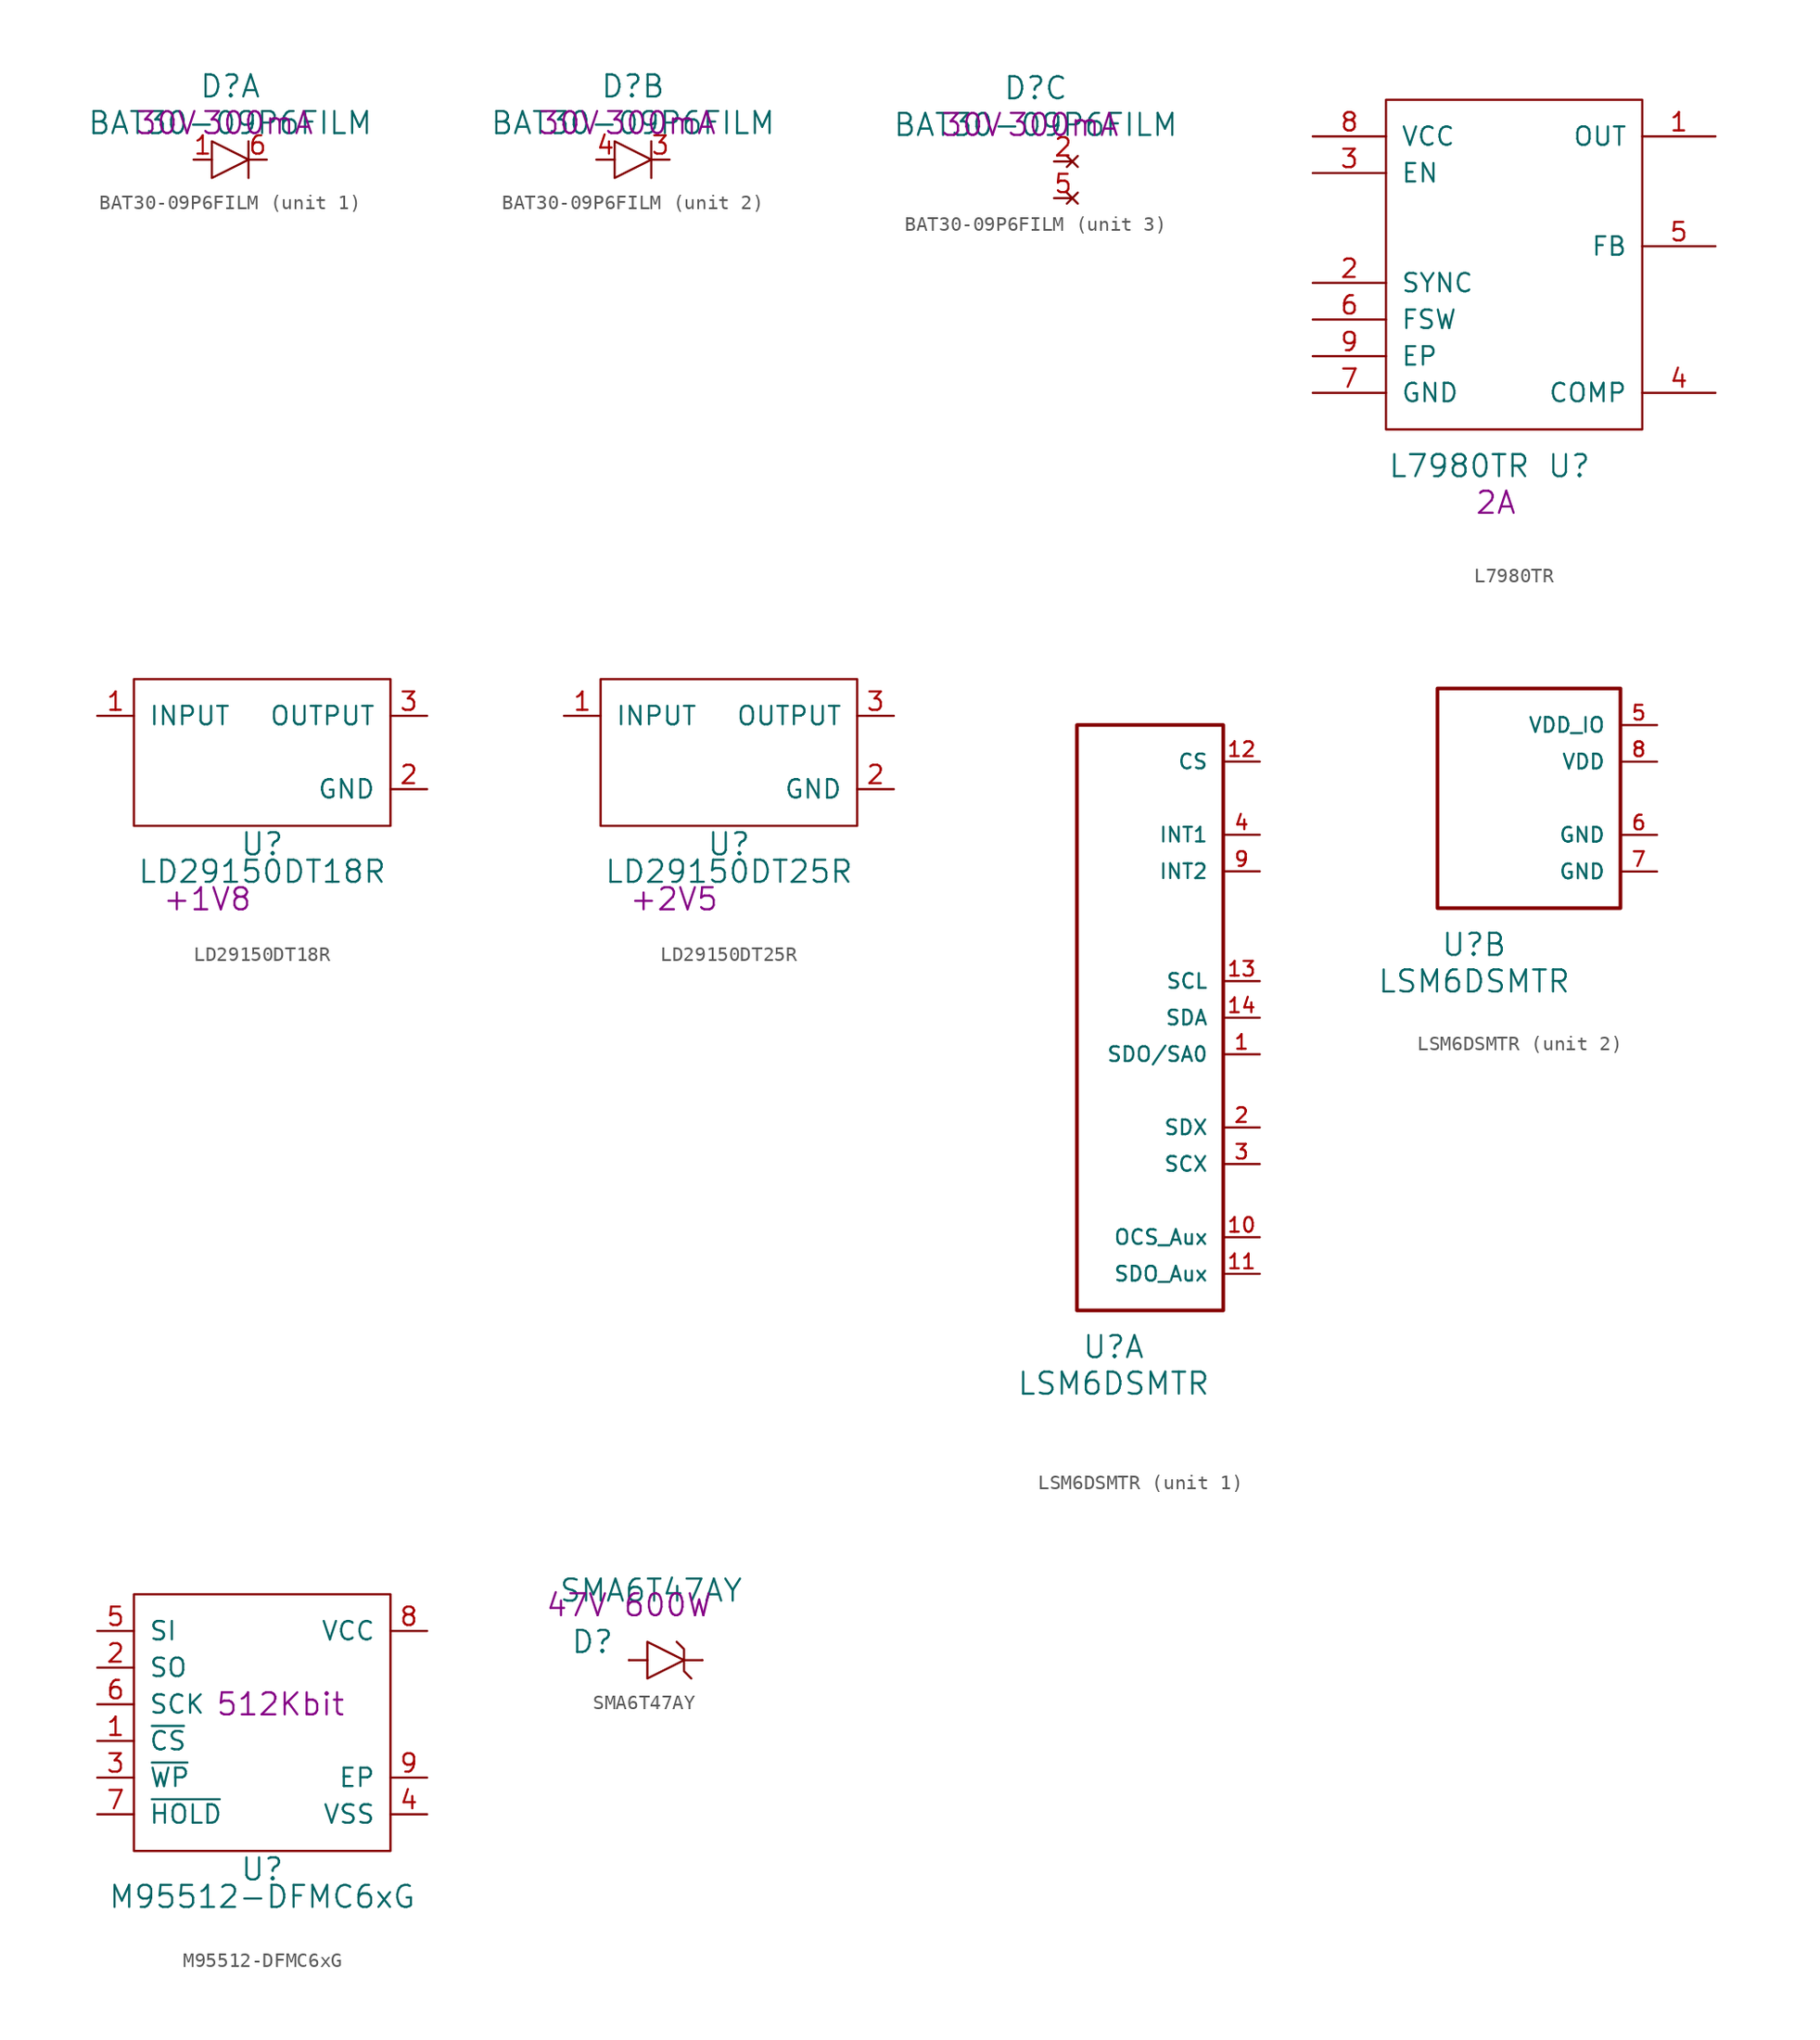
<source format=kicad_sym>
(kicad_symbol_lib
  (version 20220914)
  (generator kicad_symbol_editor)
  (symbol "BAT30-09P6FILM"
    (pin_names
      (offset 1.016) hide)
    (property "Reference" "D"
      (at 0 5.08 0)
      (effects (font (size 1.524 1.524))))
    (property "Value" "BAT30-09P6FILM"
      (at 0 2.54 0)
      (effects (font (size 1.524 1.524))))
    (property "Voltage" "30V"
      (at -4.445 2.54 0)
      (effects (font (size 1.524 1.524))))
    (property "Amps" "300mA"
      (at 1.905 2.54 0)
      (effects (font (size 1.524 1.524))))
    (property "ki_locked" ""
      (at 0 0 0)
      (effects (font (size 1.27 1.27))))
    (symbol "BAT30-09P6FILM_1_1"
      (polyline (pts (xy 1.27 1.27) (xy 1.27 -1.27)) (stroke (width 0) (type solid)) (fill (type none)))
      (polyline (pts (xy -1.27 1.27) (xy -1.27 -1.27) (xy 1.27 0) (xy -1.27 1.27)) (stroke (width 0) (type solid)) (fill (type none)))
      (pin passive line (at -2.54 0 0) (length 1.27) (name "A" (effects (font (size 1.27 1.27)))) (number "1" (effects (font (size 1.27 1.27)))))
      (pin passive line (at 2.54 0 180) (length 1.27) (name "K" (effects (font (size 1.27 1.27)))) (number "6" (effects (font (size 1.27 1.27))))))
    (symbol "BAT30-09P6FILM_2_1"
      (polyline (pts (xy 1.27 1.27) (xy 1.27 -1.27)) (stroke (width 0) (type solid)) (fill (type none)))
      (polyline (pts (xy -1.27 1.27) (xy -1.27 -1.27) (xy 1.27 0) (xy -1.27 1.27)) (stroke (width 0) (type solid)) (fill (type none)))
      (pin passive line (at 2.54 0 180) (length 1.27) (name "K" (effects (font (size 1.27 1.27)))) (number "3" (effects (font (size 1.27 1.27)))))
      (pin passive line (at -2.54 0 0) (length 1.27) (name "A" (effects (font (size 1.27 1.27)))) (number "4" (effects (font (size 1.27 1.27))))))
    (symbol "BAT30-09P6FILM_3_1"
      (pin no_connect line (at 2.54 0 180) (length 1.27) (name "NC" (effects (font (size 1.27 1.27)))) (number "2" (effects (font (size 1.27 1.27)))))
      (pin no_connect line (at 2.54 -2.54 180) (length 1.27) (name "NC" (effects (font (size 1.27 1.27)))) (number "5" (effects (font (size 1.27 1.27)))))))
  (symbol "L7980TR"
    (pin_names
      (offset 1.016))
    (property "Reference" "U"
      (at 12.7 -2.54 0)
      (effects (font (size 1.524 1.524))))
    (property "Value" "L7980TR"
      (at 5.08 -2.54 0)
      (effects (font (size 1.524 1.524))))
    (property "Rating" "2A"
      (at 7.62 -5.08 0)
      (effects (font (size 1.524 1.524))))
    (symbol "L7980TR_0_1"
      (rectangle (start 0 22.86) (end 17.78 0) (stroke (width 0) (type solid)) (fill (type none))))
    (symbol "L7980TR_1_1"
      (pin power_out line (at 22.86 20.32 180) (length 5.08) (name "OUT" (effects (font (size 1.27 1.27)))) (number "1" (effects (font (size 1.27 1.27)))))
      (pin bidirectional line (at -5.08 10.16 0) (length 5.08) (name "SYNC" (effects (font (size 1.27 1.27)))) (number "2" (effects (font (size 1.27 1.27)))))
      (pin input line (at -5.08 17.78 0) (length 5.08) (name "EN" (effects (font (size 1.27 1.27)))) (number "3" (effects (font (size 1.27 1.27)))))
      (pin passive line (at 22.86 2.54 180) (length 5.08) (name "COMP" (effects (font (size 1.27 1.27)))) (number "4" (effects (font (size 1.27 1.27)))))
      (pin input line (at 22.86 12.7 180) (length 5.08) (name "FB" (effects (font (size 1.27 1.27)))) (number "5" (effects (font (size 1.27 1.27)))))
      (pin passive line (at -5.08 7.62 0) (length 5.08) (name "FSW" (effects (font (size 1.27 1.27)))) (number "6" (effects (font (size 1.27 1.27)))))
      (pin power_in line (at -5.08 2.54 0) (length 5.08) (name "GND" (effects (font (size 1.27 1.27)))) (number "7" (effects (font (size 1.27 1.27)))))
      (pin power_in line (at -5.08 20.32 0) (length 5.08) (name "VCC" (effects (font (size 1.27 1.27)))) (number "8" (effects (font (size 1.27 1.27)))))
      (pin passive line (at -5.08 5.08 0) (length 5.08) (name "EP" (effects (font (size 1.27 1.27)))) (number "9" (effects (font (size 1.27 1.27)))))))
  (symbol "LD29150DT18R"
    (pin_names
      (offset 1.016))
    (property "Reference" "U"
      (at 8.89 -1.27 0)
      (effects (font (size 1.524 1.524))))
    (property "Value" "LD29150DT18R"
      (at 8.89 -3.175 0)
      (effects (font (size 1.524 1.524))))
    (property "Vout" "+1V8"
      (at 5.08 -5.08 0)
      (effects (font (size 1.524 1.524))))
    (symbol "LD29150DT18R_1_1"
      (rectangle (start 0 10.16) (end 17.78 0) (stroke (width 0) (type solid)) (fill (type none)))
      (pin power_in line (at -2.54 7.62 0) (length 2.54) (name "INPUT" (effects (font (size 1.27 1.27)))) (number "1" (effects (font (size 1.27 1.27)))))
      (pin power_in line (at 20.32 2.54 180) (length 2.54) (name "GND" (effects (font (size 1.27 1.27)))) (number "2" (effects (font (size 1.27 1.27)))))
      (pin power_out line (at 20.32 7.62 180) (length 2.54) (name "OUTPUT" (effects (font (size 1.27 1.27)))) (number "3" (effects (font (size 1.27 1.27)))))))
  (symbol "LD29150DT25R"
    (pin_names
      (offset 1.016))
    (property "Reference" "U"
      (at 8.89 -1.27 0)
      (effects (font (size 1.524 1.524))))
    (property "Value" "LD29150DT25R"
      (at 8.89 -3.175 0)
      (effects (font (size 1.524 1.524))))
    (property "Vout" "+2V5"
      (at 5.08 -5.08 0)
      (effects (font (size 1.524 1.524))))
    (symbol "LD29150DT25R_1_1"
      (rectangle (start 0 10.16) (end 17.78 0) (stroke (width 0) (type solid)) (fill (type none)))
      (pin power_in line (at -2.54 7.62 0) (length 2.54) (name "INPUT" (effects (font (size 1.27 1.27)))) (number "1" (effects (font (size 1.27 1.27)))))
      (pin power_in line (at 20.32 2.54 180) (length 2.54) (name "GND" (effects (font (size 1.27 1.27)))) (number "2" (effects (font (size 1.27 1.27)))))
      (pin power_out line (at 20.32 7.62 180) (length 2.54) (name "OUTPUT" (effects (font (size 1.27 1.27)))) (number "3" (effects (font (size 1.27 1.27)))))))
  (symbol "LSM6DSMTR"
    (pin_names
      (offset 1.016))
    (property "Reference" "U"
      (at 2.54 -2.54 0)
      (effects (font (size 1.524 1.524))))
    (property "Value" "LSM6DSMTR"
      (at 2.54 -5.08 0)
      (effects (font (size 1.524 1.524))))
    (property "ki_locked" ""
      (at 0 0 0)
      (effects (font (size 1.27 1.27))))
    (symbol "LSM6DSMTR_1_1"
      (rectangle (start 0 40.64) (end 10.16 0) (stroke (width 0.254) (type solid)) (fill (type none)))
      (pin bidirectional line (at 12.7 17.78 180) (length 2.54) (name "SDO/SA0" (effects (font (size 1.016 1.016)))) (number "1" (effects (font (size 1.016 1.016)))))
      (pin bidirectional line (at 12.7 5.08 180) (length 2.54) (name "OCS_Aux" (effects (font (size 1.016 1.016)))) (number "10" (effects (font (size 1.016 1.016)))))
      (pin bidirectional line (at 12.7 2.54 180) (length 2.54) (name "SDO_Aux" (effects (font (size 1.016 1.016)))) (number "11" (effects (font (size 1.016 1.016)))))
      (pin input line (at 12.7 38.1 180) (length 2.54) (name "CS" (effects (font (size 1.016 1.016)))) (number "12" (effects (font (size 1.016 1.016)))))
      (pin bidirectional line (at 12.7 22.86 180) (length 2.54) (name "SCL" (effects (font (size 1.016 1.016)))) (number "13" (effects (font (size 1.016 1.016)))))
      (pin bidirectional line (at 12.7 20.32 180) (length 2.54) (name "SDA" (effects (font (size 1.016 1.016)))) (number "14" (effects (font (size 1.016 1.016)))))
      (pin input line (at 12.7 12.7 180) (length 2.54) (name "SDX" (effects (font (size 1.016 1.016)))) (number "2" (effects (font (size 1.016 1.016)))))
      (pin input line (at 12.7 10.16 180) (length 2.54) (name "SCX" (effects (font (size 1.016 1.016)))) (number "3" (effects (font (size 1.016 1.016)))))
      (pin bidirectional line (at 12.7 33.02 180) (length 2.54) (name "INT1" (effects (font (size 1.016 1.016)))) (number "4" (effects (font (size 1.016 1.016)))))
      (pin bidirectional line (at 12.7 30.48 180) (length 2.54) (name "INT2" (effects (font (size 1.016 1.016)))) (number "9" (effects (font (size 1.016 1.016))))))
    (symbol "LSM6DSMTR_2_1"
      (rectangle (start 12.7 0) (end 0 15.24) (stroke (width 0.254) (type solid)) (fill (type none)))
      (pin power_in line (at 15.24 12.7 180) (length 2.54) (name "VDD_IO" (effects (font (size 1.016 1.016)))) (number "5" (effects (font (size 1.016 1.016)))))
      (pin power_in line (at 15.24 5.08 180) (length 2.54) (name "GND" (effects (font (size 1.016 1.016)))) (number "6" (effects (font (size 1.016 1.016)))))
      (pin power_in line (at 15.24 2.54 180) (length 2.54) (name "GND" (effects (font (size 1.016 1.016)))) (number "7" (effects (font (size 1.016 1.016)))))
      (pin power_in line (at 15.24 10.16 180) (length 2.54) (name "VDD" (effects (font (size 1.016 1.016)))) (number "8" (effects (font (size 1.016 1.016)))))))
  (symbol "M95512-DFMC6xG"
    (pin_names
      (offset 1.016))
    (property "Reference" "U"
      (at 8.89 -1.27 0)
      (effects (font (size 1.524 1.524))))
    (property "Value" "M95512-DFMC6xG"
      (at 8.89 -3.175 0)
      (effects (font (size 1.524 1.524))))
    (property "Rating" "512Kbit"
      (at 10.16 10.16 0)
      (effects (font (size 1.524 1.524))))
    (symbol "M95512-DFMC6xG_1_1"
      (rectangle (start 0 17.78) (end 17.78 0) (stroke (width 0) (type solid)) (fill (type none)))
      (pin input line (at -2.54 7.62 0) (length 2.54) (name "~{CS}" (effects (font (size 1.27 1.27)))) (number "1" (effects (font (size 1.27 1.27)))))
      (pin output line (at -2.54 12.7 0) (length 2.54) (name "SO" (effects (font (size 1.27 1.27)))) (number "2" (effects (font (size 1.27 1.27)))))
      (pin input line (at -2.54 5.08 0) (length 2.54) (name "~{WP}" (effects (font (size 1.27 1.27)))) (number "3" (effects (font (size 1.27 1.27)))))
      (pin power_in line (at 20.32 2.54 180) (length 2.54) (name "VSS" (effects (font (size 1.27 1.27)))) (number "4" (effects (font (size 1.27 1.27)))))
      (pin input line (at -2.54 15.24 0) (length 2.54) (name "SI" (effects (font (size 1.27 1.27)))) (number "5" (effects (font (size 1.27 1.27)))))
      (pin input line (at -2.54 10.16 0) (length 2.54) (name "SCK" (effects (font (size 1.27 1.27)))) (number "6" (effects (font (size 1.27 1.27)))))
      (pin input line (at -2.54 2.54 0) (length 2.54) (name "~{HOLD}" (effects (font (size 1.27 1.27)))) (number "7" (effects (font (size 1.27 1.27)))))
      (pin power_in line (at 20.32 15.24 180) (length 2.54) (name "VCC" (effects (font (size 1.27 1.27)))) (number "8" (effects (font (size 1.27 1.27)))))
      (pin power_in line (at 20.32 5.08 180) (length 2.54) (name "EP" (effects (font (size 1.27 1.27)))) (number "9" (effects (font (size 1.27 1.27)))))))
  (symbol "SMA6T47AY"
    (pin_numbers hide)
    (pin_names
      (offset 1.016) hide)
    (property "Reference" "D"
      (at -5.08 1.27 0)
      (effects (font (size 1.524 1.524))))
    (property "Value" "SMA6T47AY"
      (at -1.016 4.826 0)
      (effects (font (size 1.524 1.524))))
    (property "Datasheet" ""
      (at -5.08 1.27 0)
      (effects (font (size 1.524 1.524))))
    (property "Rating" "47V 600W"
      (at -2.54 3.81 0)
      (effects (font (size 1.524 1.524))))
    (symbol "SMA6T47AY_0_1"
      (polyline (pts (xy -2.54 0) (xy -1.27 0)) (stroke (width 0) (type solid)) (fill (type none)))
      (polyline (pts (xy 1.27 0) (xy 2.54 0)) (stroke (width 0) (type solid)) (fill (type none)))
      (polyline (pts (xy 0.762 1.27) (xy 1.27 0.762) (xy 1.27 -0.762) (xy 1.778 -1.27)) (stroke (width 0) (type solid)) (fill (type none)))
      (polyline (pts (xy -1.27 0) (xy -1.27 1.27) (xy 1.27 0) (xy -1.27 -1.27) (xy -1.27 0)) (stroke (width 0) (type solid)) (fill (type none))))
    (symbol "SMA6T47AY_1_1"
      (pin passive line (at -2.54 0 0) (length 0) (name "A" (effects (font (size 1.27 1.27)))) (number "A" (effects (font (size 1.27 1.27)))))
      (pin passive line (at 2.54 0 180) (length 0) (name "C" (effects (font (size 1.27 1.27)))) (number "C" (effects (font (size 1.27 1.27))))))))
</source>
